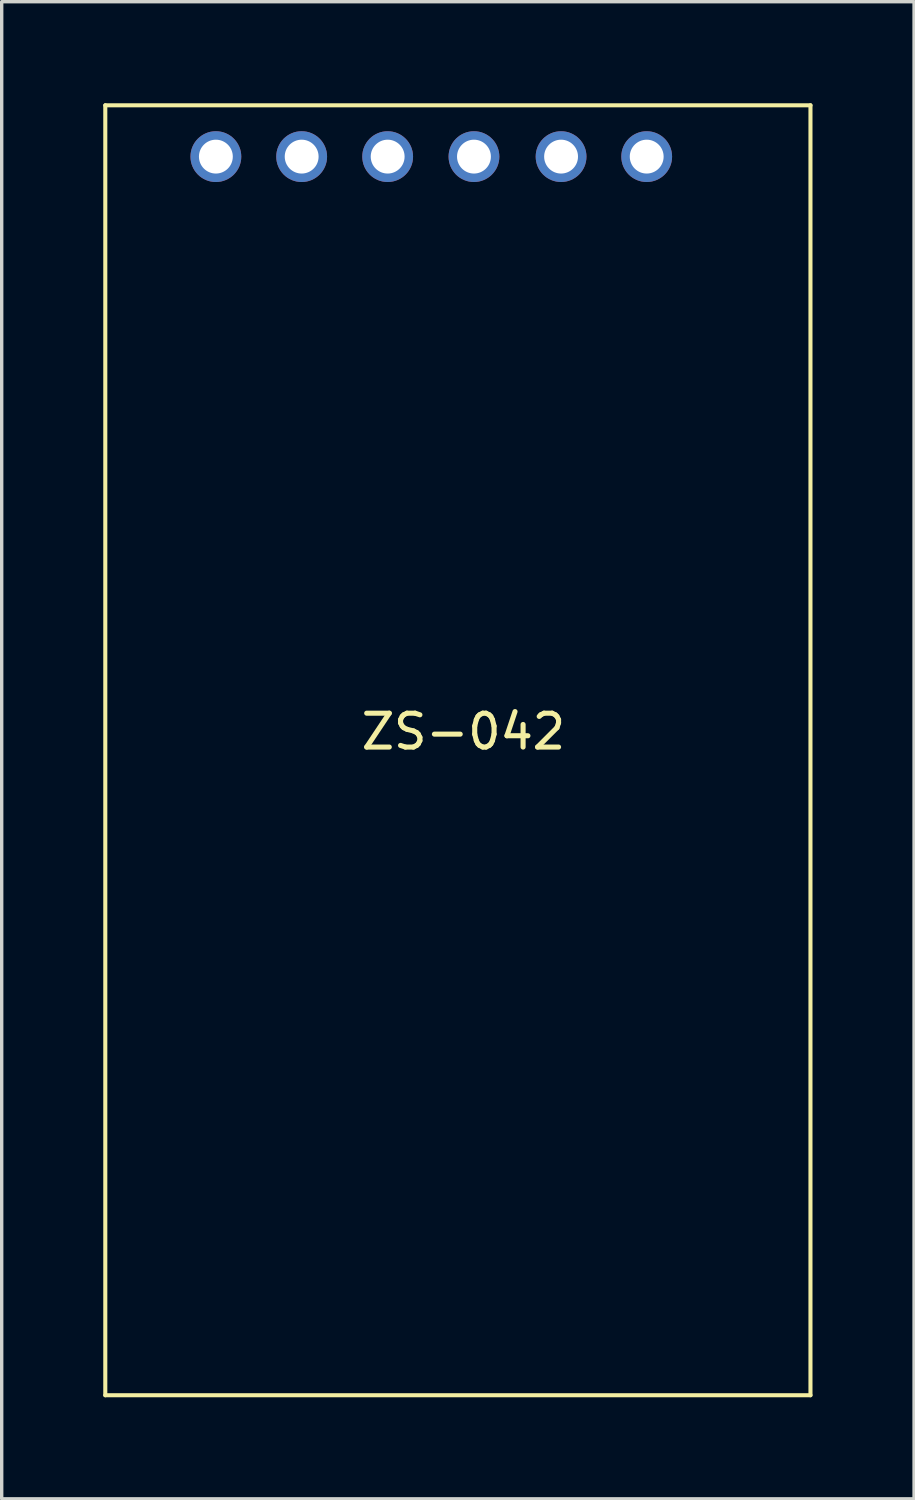
<source format=kicad_pcb>
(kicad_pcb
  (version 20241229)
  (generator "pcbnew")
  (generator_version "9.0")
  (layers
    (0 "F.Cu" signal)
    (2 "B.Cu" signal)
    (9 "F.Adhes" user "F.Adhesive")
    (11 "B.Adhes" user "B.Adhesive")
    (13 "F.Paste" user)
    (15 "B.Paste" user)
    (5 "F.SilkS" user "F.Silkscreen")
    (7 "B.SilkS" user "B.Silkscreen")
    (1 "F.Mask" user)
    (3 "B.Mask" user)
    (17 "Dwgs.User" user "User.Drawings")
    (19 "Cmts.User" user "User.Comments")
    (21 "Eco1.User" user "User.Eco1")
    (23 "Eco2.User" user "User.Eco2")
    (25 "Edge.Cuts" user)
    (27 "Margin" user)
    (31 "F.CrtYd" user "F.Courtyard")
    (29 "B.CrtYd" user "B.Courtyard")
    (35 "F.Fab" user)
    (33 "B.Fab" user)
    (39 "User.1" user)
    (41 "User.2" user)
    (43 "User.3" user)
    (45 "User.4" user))
  (footprint "ZS-042"
    (layer "F.Cu")
    (at 10.638 19.06)
    (property "Reference" "ZS-042" (at 0 -0.5 0) (unlocked yes) (layer "F.SilkS") (effects (font (size 1 1) (thickness 0.15))))
    (attr smd)
    (fp_line (start -10.578 -19) (end -10.578 19.1) (stroke (width 0.12) (type solid)) (layer "F.SilkS"))
    (fp_line (start 10.25 -19) (end -10.578 -19) (stroke (width 0.12) (type solid)) (layer "F.SilkS"))
    (fp_line (start 10.25 -19) (end 10.25 19.1) (stroke (width 0.12) (type solid)) (layer "F.SilkS"))
    (fp_line (start 10.25 19.1) (end -10.578 19.1) (stroke (width 0.12) (type solid)) (layer "F.SilkS"))
    (fp_text user "SQW" (at -4.736 -14.936 90) (layer "Eco1.User") (effects (font (size 1 1) (thickness 0.15))))
    (fp_text user "32K" (at -7.276 -14.936 90) (layer "Eco1.User") (effects (font (size 1 1) (thickness 0.15))))
    (fp_text user "SDA" (at 0.344 -14.936 90) (layer "Eco1.User") (effects (font (size 1 1) (thickness 0.15))))
    (fp_text user "VCC" (at 2.884 -14.936 90) (layer "Eco1.User") (effects (font (size 1 1) (thickness 0.15))))
    (fp_text user "GND" (at 5.424 -14.936 90) (layer "Eco1.User") (effects (font (size 1 1) (thickness 0.15))))
    (fp_text user "SCL" (at -2.196 -14.936 90) (layer "Eco1.User") (effects (font (size 1 1) (thickness 0.15))))
    (pad "1" thru_hole circle (at -7.312 -17.484 270) (size 1.501 1.501) (drill 1) (layers "*.Cu" "*.Mask"))
    (pad "2" thru_hole circle (at -4.778 -17.484 270) (size 1.501 1.501) (drill 1) (layers "*.Cu" "*.Mask"))
    (pad "3" thru_hole circle (at -2.238 -17.484 270) (size 1.5 1.5) (drill 1) (layers "*.Cu" "*.Mask"))
    (pad "4" thru_hole circle (at 0.311 -17.484 270) (size 1.5 1.5) (drill 1) (layers "*.Cu" "*.Mask"))
    (pad "5" thru_hole circle (at 2.884 -17.484 270) (size 1.5 1.5) (drill 1) (layers "*.Cu" "*.Mask"))
    (pad "6" thru_hole circle (at 5.413 -17.484 270) (size 1.5 1.5) (drill 1) (layers "*.Cu" "*.Mask")))
  (gr_rect
    (start -3 -3)
    (end 23.948 41.22)
    (stroke (width 0.1) (type default))
    (fill no)
    (layer "Edge.Cuts")))
</source>
